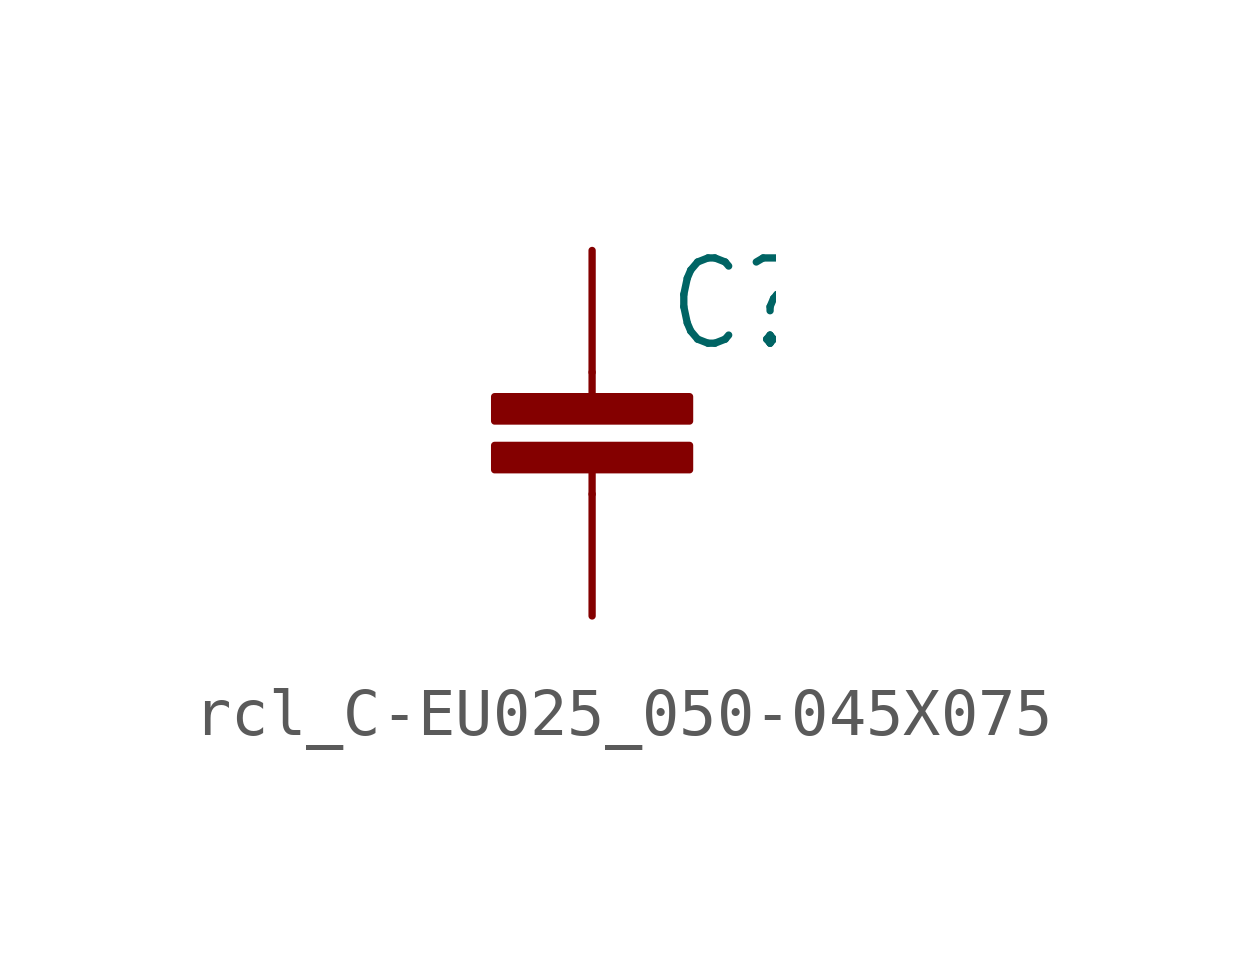
<source format=kicad_sym>
(kicad_symbol_lib
  (version 20241209)
  (generator "kicad_symbol_editor")
  (generator_version "9.0")
  (symbol "rcl_C-EU025_050-045X075"
    (property "Reference" "C"
      (at 1.524 0.381 0)
      (effects (font (size 1.778 1.511)) (justify left bottom)))
    (property "Value" ""
      (at 1.524 -4.699 0)
      (effects (font (size 1.778 1.511)) (justify left bottom)))
    (property "ki_locked" ""
      (at 0 0 0)
      (effects (font (size 1.27 1.27))))
    (symbol "rcl_C-EU025_050-045X075_1_0"
      (rectangle (start -2.032 -1.016) (end 2.032 -0.508) (stroke (width 0) (type default)) (fill (type outline)))
      (rectangle (start -2.032 -2.032) (end 2.032 -1.524) (stroke (width 0) (type default)) (fill (type outline)))
      (polyline (pts (xy 0 0) (xy 0 -0.508)) (stroke (width 0.152) (type solid)) (fill (type none)))
      (polyline (pts (xy 0 -2.54) (xy 0 -2.032)) (stroke (width 0.152) (type solid)) (fill (type none)))
      (pin passive line (at 0 2.54 270) (length 2.54) (name "1" (effects (font (size 0 0)))) (number "1" (effects (font (size 0 0)))))
      (pin passive line (at 0 -5.08 90) (length 2.54) (name "2" (effects (font (size 0 0)))) (number "2" (effects (font (size 0 0))))))))
</source>
